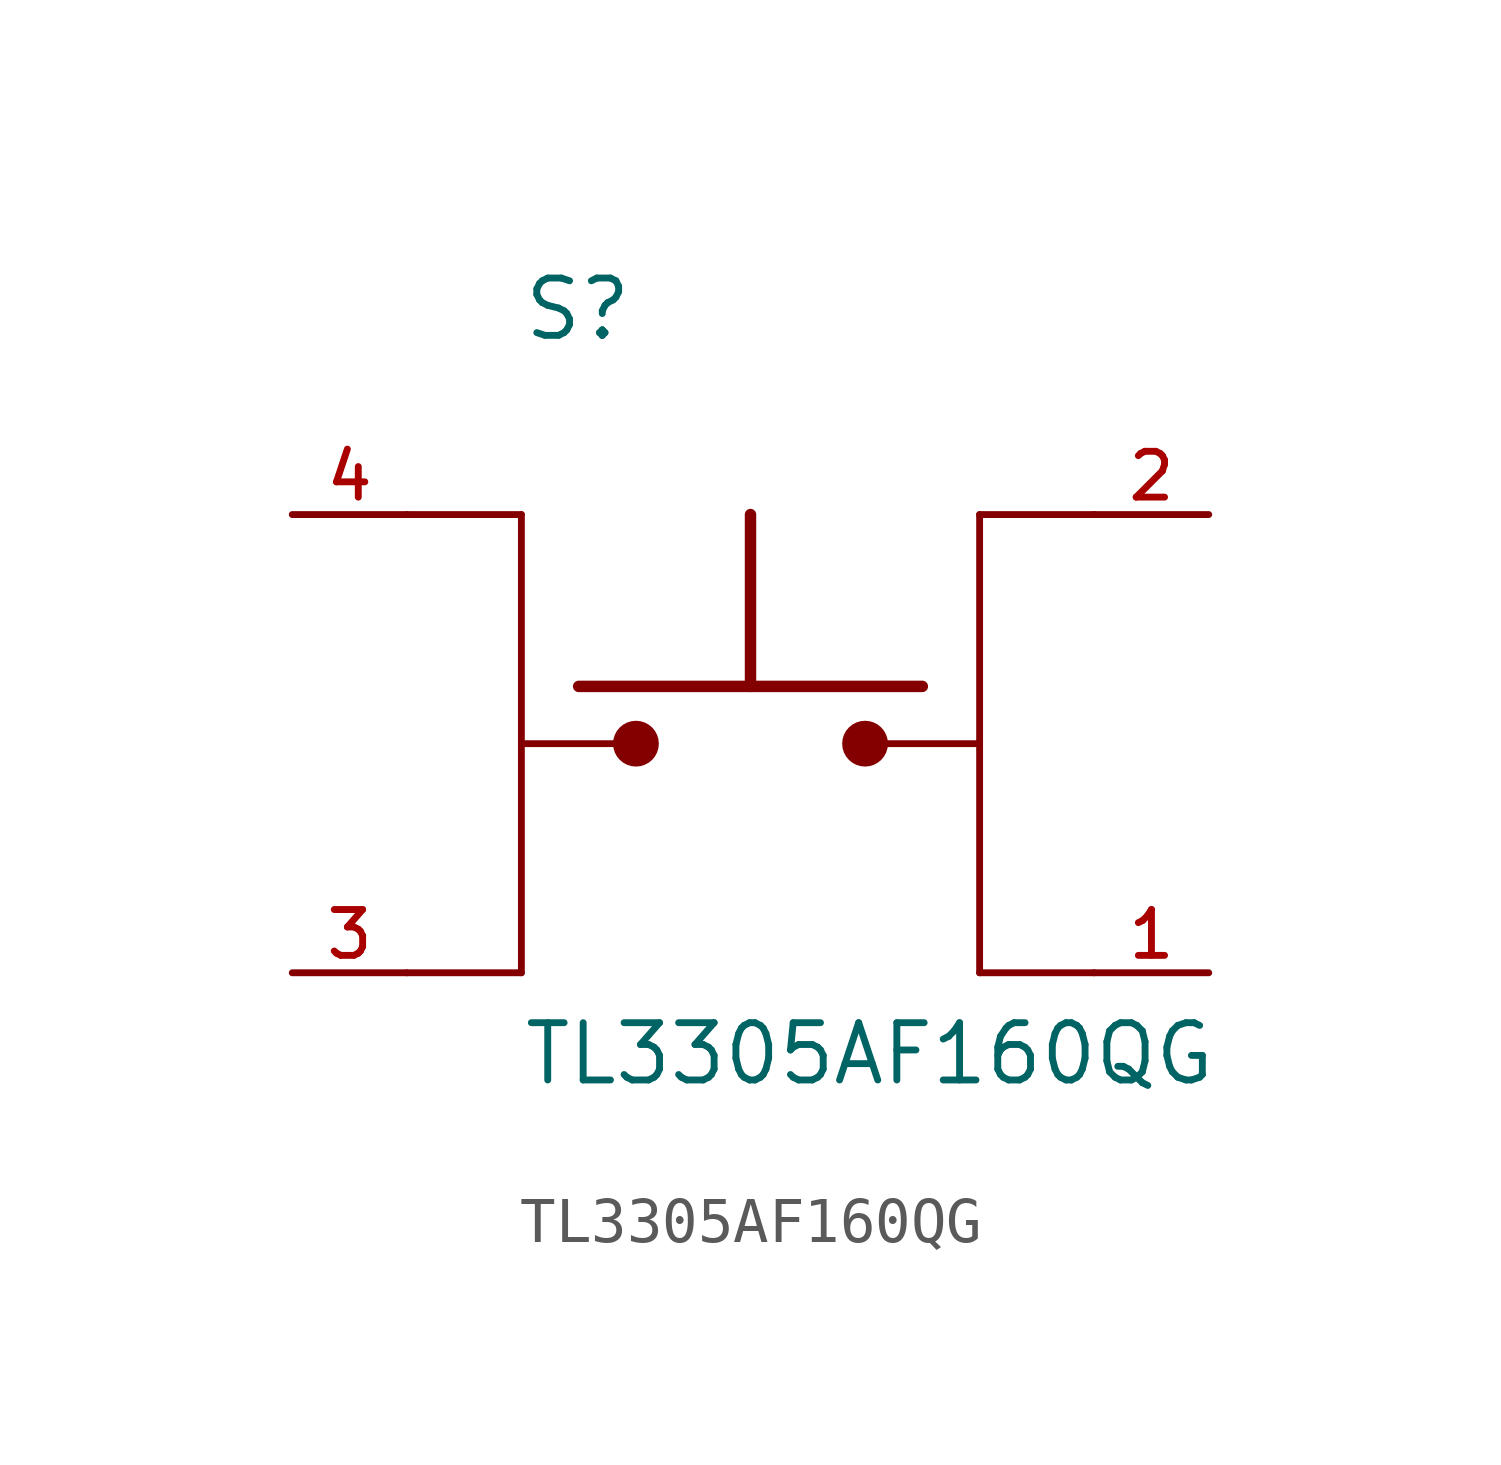
<source format=kicad_sym>
(kicad_symbol_lib
  (version 20241209)
  (generator "kicad_symbol_editor")
  (generator_version "9.0")
  (symbol "TL3305AF160QG"
    (pin_names
      (offset 1.016))
    (property "Reference" "S"
      (at -5.08 8.89 0)
      (effects (font (size 1.27 1.27)) (justify left bottom)))
    (property "Value" "TL3305AF160QG"
      (at -5.08 -7.62 0)
      (effects (font (size 1.27 1.27)) (justify left bottom)))
    (symbol "TL3305AF160QG_0_0"
      (polyline (pts (xy -7.62 5.08) (xy -5.08 5.08)) (stroke (width 0.152) (type default)) (fill (type none)))
      (polyline (pts (xy -7.62 -5.08) (xy -5.08 -5.08)) (stroke (width 0.152) (type default)) (fill (type none)))
      (polyline (pts (xy -5.08 0) (xy -2.54 0)) (stroke (width 0.152) (type default)) (fill (type none)))
      (polyline (pts (xy -5.08 -5.08) (xy -5.08 5.08)) (stroke (width 0.152) (type default)) (fill (type none)))
      (polyline (pts (xy -3.81 1.27) (xy 0 1.27)) (stroke (width 0.254) (type default)) (fill (type none)))
      (circle (center -2.54 0) (radius 0.254) (stroke (width 0.508) (type default)) (fill (type none)))
      (polyline (pts (xy 0 1.27) (xy 0 5.08)) (stroke (width 0.254) (type default)) (fill (type none)))
      (polyline (pts (xy 0 1.27) (xy 3.81 1.27)) (stroke (width 0.254) (type default)) (fill (type none)))
      (circle (center 2.54 0) (radius 0.254) (stroke (width 0.508) (type default)) (fill (type none)))
      (polyline (pts (xy 5.08 5.08) (xy 7.62 5.08)) (stroke (width 0.152) (type default)) (fill (type none)))
      (polyline (pts (xy 5.08 0) (xy 2.54 0)) (stroke (width 0.152) (type default)) (fill (type none)))
      (polyline (pts (xy 5.08 -5.08) (xy 5.08 5.08)) (stroke (width 0.152) (type default)) (fill (type none)))
      (polyline (pts (xy 7.62 -5.08) (xy 5.08 -5.08)) (stroke (width 0.152) (type default)) (fill (type none)))
      (pin passive line (at -10.16 5.08 0) (length 2.54) (name "~" (effects (font (size 1.016 1.016)))) (number "4" (effects (font (size 1.016 1.016)))))
      (pin passive line (at -10.16 -5.08 0) (length 2.54) (name "~" (effects (font (size 1.016 1.016)))) (number "3" (effects (font (size 1.016 1.016)))))
      (pin passive line (at 10.16 5.08 180) (length 2.54) (name "~" (effects (font (size 1.016 1.016)))) (number "2" (effects (font (size 1.016 1.016)))))
      (pin passive line (at 10.16 -5.08 180) (length 2.54) (name "~" (effects (font (size 1.016 1.016)))) (number "1" (effects (font (size 1.016 1.016))))))))
</source>
